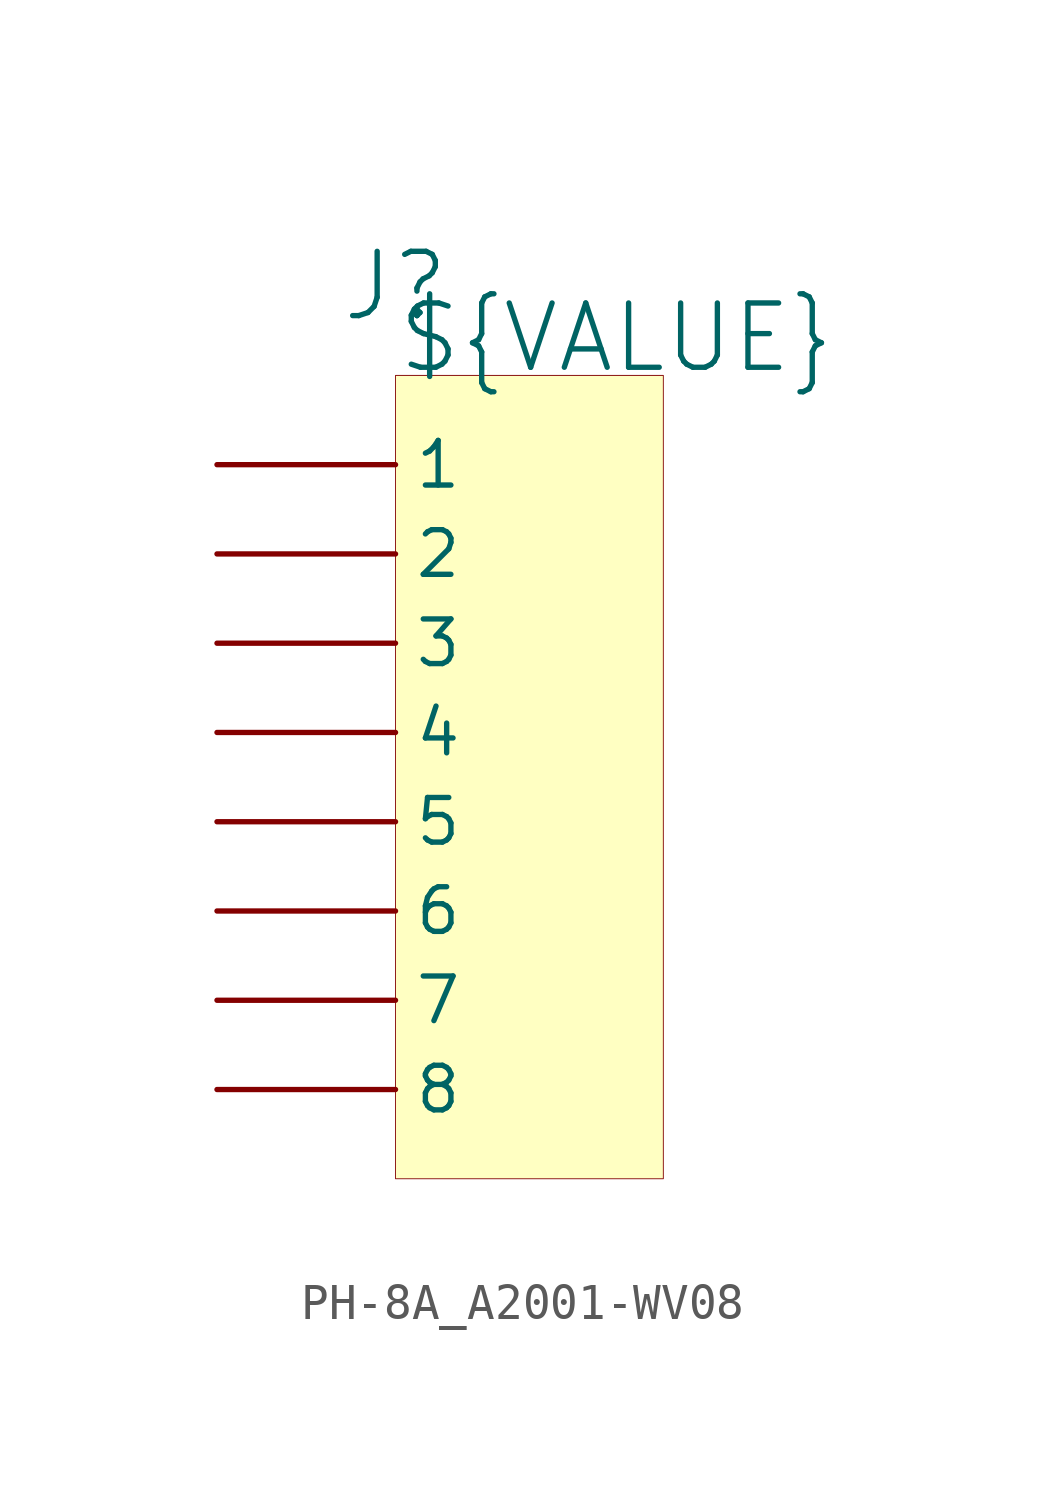
<source format=kicad_sym>
(kicad_symbol_lib
  (version 20241209)
  (generator "kicad_symbol_editor")
  (generator_version "9.0")
  (symbol "PH-8A_A2001-WV08"
    (pin_numbers
      (hide yes))
    (property "Reference" "J"
      (at 0 2.54 0)
      (effects (font (size 1.829 1.829))))
    (property "Value" "${VALUE}"
      (at 0 0 0)
      (effects (font (size 1.829 1.829)) (justify left bottom)))
    (symbol "PH-8A_A2001-WV08_1_0"
      (rectangle (start 7.62 0) (end 0 -22.86) (stroke (width 0.025) (type solid) (color 128 0 0 1)) (fill (type background)))
      (pin passive line (at -5.08 -2.54 0) (length 5.08) (name "1" (effects (font (size 1.27 1.27)))) (number "1" (effects (font (size 1.27 1.27)))))
      (pin passive line (at -5.08 -5.08 0) (length 5.08) (name "2" (effects (font (size 1.27 1.27)))) (number "2" (effects (font (size 1.27 1.27)))))
      (pin passive line (at -5.08 -7.62 0) (length 5.08) (name "3" (effects (font (size 1.27 1.27)))) (number "3" (effects (font (size 1.27 1.27)))))
      (pin passive line (at -5.08 -10.16 0) (length 5.08) (name "4" (effects (font (size 1.27 1.27)))) (number "4" (effects (font (size 1.27 1.27)))))
      (pin passive line (at -5.08 -12.7 0) (length 5.08) (name "5" (effects (font (size 1.27 1.27)))) (number "5" (effects (font (size 1.27 1.27)))))
      (pin passive line (at -5.08 -15.24 0) (length 5.08) (name "6" (effects (font (size 1.27 1.27)))) (number "6" (effects (font (size 1.27 1.27)))))
      (pin passive line (at -5.08 -17.78 0) (length 5.08) (name "7" (effects (font (size 1.27 1.27)))) (number "7" (effects (font (size 1.27 1.27)))))
      (pin passive line (at -5.08 -20.32 0) (length 5.08) (name "8" (effects (font (size 1.27 1.27)))) (number "8" (effects (font (size 1.27 1.27))))))))
</source>
